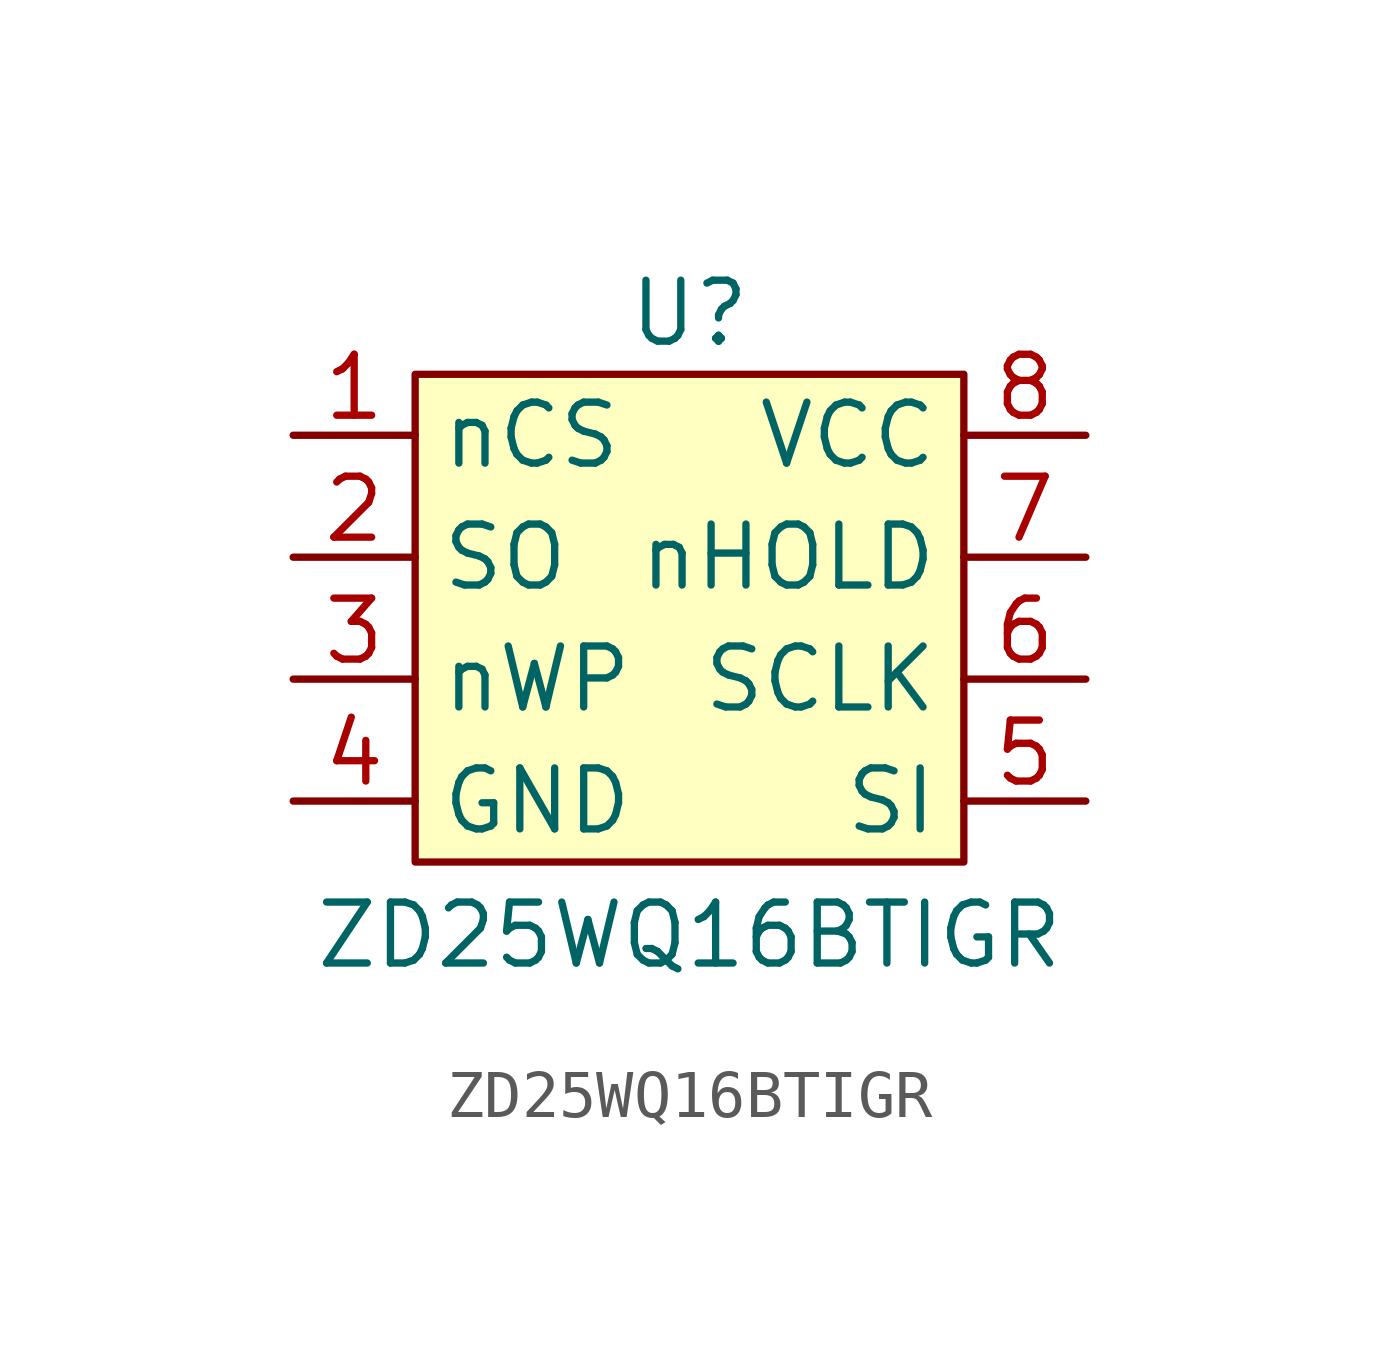
<source format=kicad_sym>
(kicad_symbol_lib
  (version 20231120)
  (generator "kicad_symbol_editor")
  (generator_version "8.0")
  (symbol "ZD25WQ16BTIGR"
    (property "Reference" "U"
      (at 0 6.35 0)
      (effects (font (size 1.27 1.27))))
    (property "Value" "ZD25WQ16BTIGR"
      (at 0 -6.604 0)
      (effects (font (size 1.27 1.27))))
    (symbol "ZD25WQ16BTIGR_0_1"
      (rectangle (start -5.715 5.08) (end 5.715 -5.08) (stroke (width 0) (type default)) (fill (type background))))
    (symbol "ZD25WQ16BTIGR_1_1"
      (pin input line (at -8.255 3.81 0) (length 2.54) (name "nCS" (effects (font (size 1.27 1.27)))) (number "1" (effects (font (size 1.27 1.27)))))
      (pin output line (at -8.255 1.27 0) (length 2.54) (name "SO" (effects (font (size 1.27 1.27)))) (number "2" (effects (font (size 1.27 1.27)))))
      (pin input line (at -8.255 -1.27 0) (length 2.54) (name "nWP" (effects (font (size 1.27 1.27)))) (number "3" (effects (font (size 1.27 1.27)))))
      (pin power_in line (at -8.255 -3.81 0) (length 2.54) (name "GND" (effects (font (size 1.27 1.27)))) (number "4" (effects (font (size 1.27 1.27)))))
      (pin input line (at 8.255 -3.81 180) (length 2.54) (name "SI" (effects (font (size 1.27 1.27)))) (number "5" (effects (font (size 1.27 1.27)))))
      (pin input line (at 8.255 -1.27 180) (length 2.54) (name "SCLK" (effects (font (size 1.27 1.27)))) (number "6" (effects (font (size 1.27 1.27)))))
      (pin input line (at 8.255 1.27 180) (length 2.54) (name "nHOLD" (effects (font (size 1.27 1.27)))) (number "7" (effects (font (size 1.27 1.27)))))
      (pin power_in line (at 8.255 3.81 180) (length 2.54) (name "VCC" (effects (font (size 1.27 1.27)))) (number "8" (effects (font (size 1.27 1.27))))))))
</source>
